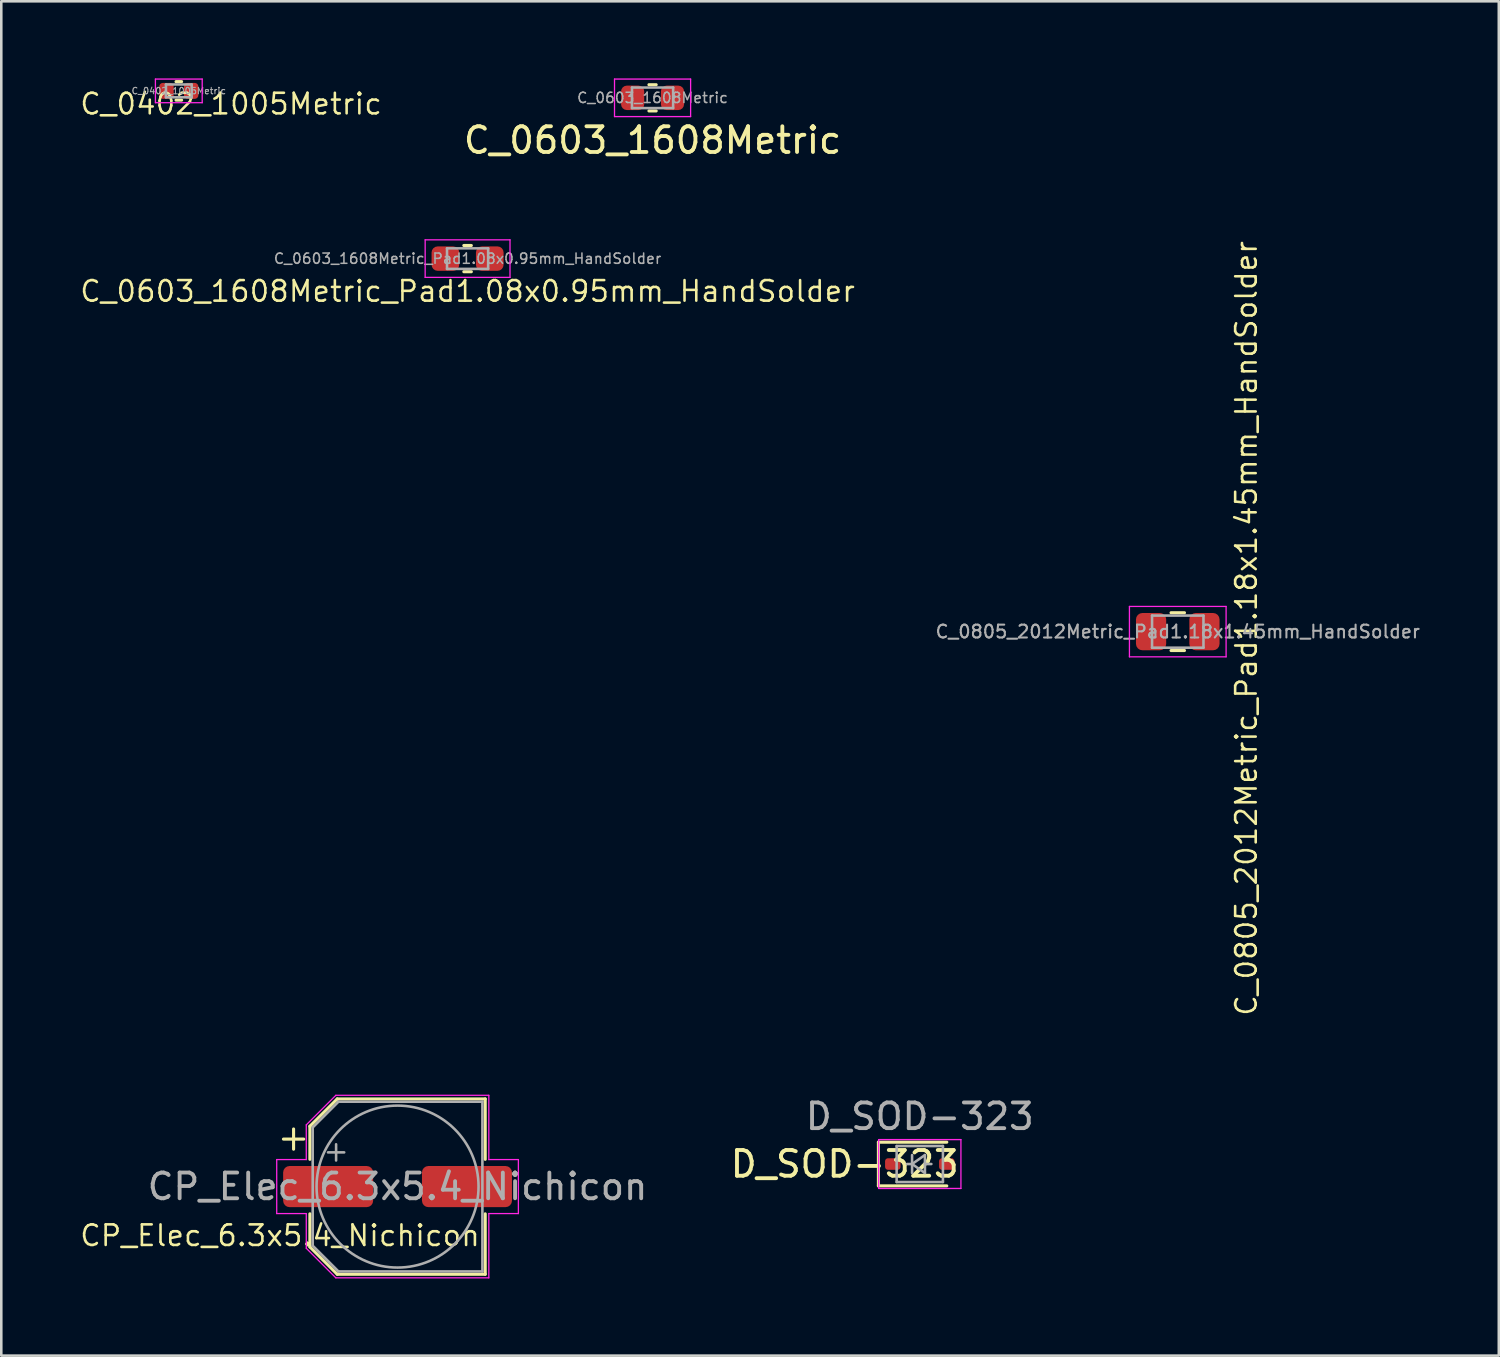
<source format=kicad_pcb>
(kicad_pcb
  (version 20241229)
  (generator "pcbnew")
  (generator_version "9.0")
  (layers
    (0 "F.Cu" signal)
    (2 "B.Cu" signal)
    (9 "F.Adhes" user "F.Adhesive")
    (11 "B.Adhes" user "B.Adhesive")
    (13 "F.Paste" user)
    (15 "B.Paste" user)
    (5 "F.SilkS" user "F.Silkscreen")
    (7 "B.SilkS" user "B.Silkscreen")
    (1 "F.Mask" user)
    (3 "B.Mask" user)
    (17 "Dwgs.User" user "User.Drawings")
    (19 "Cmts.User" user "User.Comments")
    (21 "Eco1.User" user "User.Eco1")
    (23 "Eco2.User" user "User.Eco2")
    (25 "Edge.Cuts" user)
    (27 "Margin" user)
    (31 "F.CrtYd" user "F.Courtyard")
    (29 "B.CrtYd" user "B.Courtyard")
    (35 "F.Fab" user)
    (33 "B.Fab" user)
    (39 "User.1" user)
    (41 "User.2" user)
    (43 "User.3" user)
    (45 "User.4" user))
  (footprint "C_0805_2012Metric_Pad1.18x1.45mm_HandSolder"
    (layer "F.Cu")
    (at 42.76 21.518)
    (property "Reference" "C_0805_2012Metric_Pad1.18x1.45mm_HandSolder" (at 2.667 -0.127 90) (layer "F.SilkS") (effects (font (size 0.8 0.8) (thickness 0.1))))
    (attr smd)
    (fp_line (start -0.261 -0.735) (end 0.261 -0.735) (stroke (width 0.12) (type solid)) (layer "F.SilkS"))
    (fp_line (start -0.261 0.735) (end 0.261 0.735) (stroke (width 0.12) (type solid)) (layer "F.SilkS"))
    (fp_line (start -1.88 -0.98) (end 1.88 -0.98) (stroke (width 0.05) (type solid)) (layer "F.CrtYd"))
    (fp_line (start -1.88 0.98) (end -1.88 -0.98) (stroke (width 0.05) (type solid)) (layer "F.CrtYd"))
    (fp_line (start 1.88 -0.98) (end 1.88 0.98) (stroke (width 0.05) (type solid)) (layer "F.CrtYd"))
    (fp_line (start 1.88 0.98) (end -1.88 0.98) (stroke (width 0.05) (type solid)) (layer "F.CrtYd"))
    (fp_line (start -1 -0.625) (end 1 -0.625) (stroke (width 0.1) (type solid)) (layer "F.Fab"))
    (fp_line (start -1 0.625) (end -1 -0.625) (stroke (width 0.1) (type solid)) (layer "F.Fab"))
    (fp_line (start 1 -0.625) (end 1 0.625) (stroke (width 0.1) (type solid)) (layer "F.Fab"))
    (fp_line (start 1 0.625) (end -1 0.625) (stroke (width 0.1) (type solid)) (layer "F.Fab"))
    (fp_text user "${REFERENCE}" (at 0 0 0) (layer "F.Fab") (effects (font (size 0.5 0.5) (thickness 0.08))))
    (pad "1" smd roundrect (at -1.038 0) (size 1.175 1.45) (layers "F.Cu" "F.Mask" "F.Paste") (roundrect_rratio 0.213))
    (pad "2" smd roundrect (at 1.038 0) (size 1.175 1.45) (layers "F.Cu" "F.Mask" "F.Paste") (roundrect_rratio 0.213)))
  (footprint "CP_Elec_6.3x5.4_Nichicon"
    (layer "F.Cu")
    (at 12.413 43.103)
    (property "Reference" "CP_Elec_6.3x5.4_Nichicon" (at -4.572 1.905 180) (layer "F.SilkS") (effects (font (size 0.8 0.8) (thickness 0.1))))
    (attr smd)
    (fp_line (start -4.438 -1.847) (end -3.65 -1.847) (stroke (width 0.12) (type solid)) (layer "F.SilkS"))
    (fp_line (start -4.044 -2.241) (end -4.044 -1.454) (stroke (width 0.12) (type solid)) (layer "F.SilkS"))
    (fp_line (start -3.41 -2.346) (end -3.41 -1.06) (stroke (width 0.12) (type solid)) (layer "F.SilkS"))
    (fp_line (start -3.41 -2.346) (end -2.346 -3.41) (stroke (width 0.12) (type solid)) (layer "F.SilkS"))
    (fp_line (start -3.41 2.346) (end -3.41 1.06) (stroke (width 0.12) (type solid)) (layer "F.SilkS"))
    (fp_line (start -3.41 2.346) (end -2.346 3.41) (stroke (width 0.12) (type solid)) (layer "F.SilkS"))
    (fp_line (start -2.346 -3.41) (end 3.41 -3.41) (stroke (width 0.12) (type solid)) (layer "F.SilkS"))
    (fp_line (start -2.346 3.41) (end 3.41 3.41) (stroke (width 0.12) (type solid)) (layer "F.SilkS"))
    (fp_line (start 3.41 -3.41) (end 3.41 -1.06) (stroke (width 0.12) (type solid)) (layer "F.SilkS"))
    (fp_line (start 3.41 3.41) (end 3.41 1.06) (stroke (width 0.12) (type solid)) (layer "F.SilkS"))
    (fp_line (start -4.7 -1.05) (end -4.7 1.05) (stroke (width 0.05) (type solid)) (layer "F.CrtYd"))
    (fp_line (start -4.7 1.05) (end -3.55 1.05) (stroke (width 0.05) (type solid)) (layer "F.CrtYd"))
    (fp_line (start -3.55 -2.4) (end -3.55 -1.05) (stroke (width 0.05) (type solid)) (layer "F.CrtYd"))
    (fp_line (start -3.55 -2.4) (end -2.4 -3.55) (stroke (width 0.05) (type solid)) (layer "F.CrtYd"))
    (fp_line (start -3.55 -1.05) (end -4.7 -1.05) (stroke (width 0.05) (type solid)) (layer "F.CrtYd"))
    (fp_line (start -3.55 1.05) (end -3.55 2.4) (stroke (width 0.05) (type solid)) (layer "F.CrtYd"))
    (fp_line (start -3.55 2.4) (end -2.4 3.55) (stroke (width 0.05) (type solid)) (layer "F.CrtYd"))
    (fp_line (start -2.4 -3.55) (end 3.55 -3.55) (stroke (width 0.05) (type solid)) (layer "F.CrtYd"))
    (fp_line (start -2.4 3.55) (end 3.55 3.55) (stroke (width 0.05) (type solid)) (layer "F.CrtYd"))
    (fp_line (start 3.55 -3.55) (end 3.55 -1.05) (stroke (width 0.05) (type solid)) (layer "F.CrtYd"))
    (fp_line (start 3.55 -1.05) (end 4.7 -1.05) (stroke (width 0.05) (type solid)) (layer "F.CrtYd"))
    (fp_line (start 3.55 1.05) (end 3.55 3.55) (stroke (width 0.05) (type solid)) (layer "F.CrtYd"))
    (fp_line (start 4.7 -1.05) (end 4.7 1.05) (stroke (width 0.05) (type solid)) (layer "F.CrtYd"))
    (fp_line (start 4.7 1.05) (end 3.55 1.05) (stroke (width 0.05) (type solid)) (layer "F.CrtYd"))
    (fp_line (start -3.3 -2.3) (end -3.3 2.3) (stroke (width 0.1) (type solid)) (layer "F.Fab"))
    (fp_line (start -3.3 -2.3) (end -2.3 -3.3) (stroke (width 0.1) (type solid)) (layer "F.Fab"))
    (fp_line (start -3.3 2.3) (end -2.3 3.3) (stroke (width 0.1) (type solid)) (layer "F.Fab"))
    (fp_line (start -2.705 -1.33) (end -2.075 -1.33) (stroke (width 0.1) (type solid)) (layer "F.Fab"))
    (fp_line (start -2.39 -1.645) (end -2.39 -1.015) (stroke (width 0.1) (type solid)) (layer "F.Fab"))
    (fp_line (start -2.3 -3.3) (end 3.3 -3.3) (stroke (width 0.1) (type solid)) (layer "F.Fab"))
    (fp_line (start -2.3 3.3) (end 3.3 3.3) (stroke (width 0.1) (type solid)) (layer "F.Fab"))
    (fp_line (start 3.3 -3.3) (end 3.3 3.3) (stroke (width 0.1) (type solid)) (layer "F.Fab"))
    (fp_circle (center 0 0) (end 3.15 0) (stroke (width 0.1) (type solid)) (fill no) (layer "F.Fab"))
    (fp_text user "${REFERENCE}" (at 0 0 0) (layer "F.Fab") (effects (font (size 1 1) (thickness 0.15))))
    (pad "1" smd roundrect (at -2.7 0) (size 3.5 1.6) (layers "F.Cu" "F.Mask" "F.Paste") (roundrect_rratio 0.156))
    (pad "2" smd roundrect (at 2.7 0) (size 3.5 1.6) (layers "F.Cu" "F.Mask" "F.Paste") (roundrect_rratio 0.156)))
  (footprint "D_SOD-323"
    (layer "F.Cu")
    (at 32.726 42.226)
    (property "Reference" "D_SOD-323" (at -2.92 0 0) (layer "F.SilkS") (effects (font (size 1 1) (thickness 0.15))))
    (attr smd)
    (fp_line (start -1.61 -0.85) (end -1.61 0.85) (stroke (width 0.12) (type solid)) (layer "F.SilkS"))
    (fp_line (start -1.61 -0.85) (end 1.05 -0.85) (stroke (width 0.12) (type solid)) (layer "F.SilkS"))
    (fp_line (start -1.61 0.85) (end 1.05 0.85) (stroke (width 0.12) (type solid)) (layer "F.SilkS"))
    (fp_line (start -1.6 -0.95) (end -1.6 0.95) (stroke (width 0.05) (type solid)) (layer "F.CrtYd"))
    (fp_line (start -1.6 -0.95) (end 1.6 -0.95) (stroke (width 0.05) (type solid)) (layer "F.CrtYd"))
    (fp_line (start -1.6 0.95) (end 1.6 0.95) (stroke (width 0.05) (type solid)) (layer "F.CrtYd"))
    (fp_line (start 1.6 -0.95) (end 1.6 0.95) (stroke (width 0.05) (type solid)) (layer "F.CrtYd"))
    (fp_line (start -0.9 -0.7) (end 0.9 -0.7) (stroke (width 0.1) (type solid)) (layer "F.Fab"))
    (fp_line (start -0.9 0.7) (end -0.9 -0.7) (stroke (width 0.1) (type solid)) (layer "F.Fab"))
    (fp_line (start -0.3 -0.35) (end -0.3 0.35) (stroke (width 0.1) (type solid)) (layer "F.Fab"))
    (fp_line (start -0.3 0) (end -0.5 0) (stroke (width 0.1) (type solid)) (layer "F.Fab"))
    (fp_line (start -0.3 0) (end 0.2 -0.35) (stroke (width 0.1) (type solid)) (layer "F.Fab"))
    (fp_line (start 0.2 -0.35) (end 0.2 0.35) (stroke (width 0.1) (type solid)) (layer "F.Fab"))
    (fp_line (start 0.2 0) (end 0.45 0) (stroke (width 0.1) (type solid)) (layer "F.Fab"))
    (fp_line (start 0.2 0.35) (end -0.3 0) (stroke (width 0.1) (type solid)) (layer "F.Fab"))
    (fp_line (start 0.9 -0.7) (end 0.9 0.7) (stroke (width 0.1) (type solid)) (layer "F.Fab"))
    (fp_line (start 0.9 0.7) (end -0.9 0.7) (stroke (width 0.1) (type solid)) (layer "F.Fab"))
    (fp_text user "${REFERENCE}" (at 0 -1.85 0) (layer "F.Fab") (effects (font (size 1 1) (thickness 0.15))))
    (pad "1" smd roundrect (at -1.05 0) (size 0.6 0.45) (layers "F.Cu" "F.Mask" "F.Paste") (roundrect_rratio 0.25))
    (pad "2" smd roundrect (at 1.05 0) (size 0.6 0.45) (layers "F.Cu" "F.Mask" "F.Paste") (roundrect_rratio 0.25)))
  (footprint "C_0402_1005Metric"
    (layer "F.Cu")
    (at 3.905 0.485)
    (property "Reference" "C_0402_1005Metric" (at 2.032 0.508 0) (layer "F.SilkS") (effects (font (size 0.8 0.8) (thickness 0.1))))
    (attr smd)
    (fp_line (start -0.108 -0.36) (end 0.108 -0.36) (stroke (width 0.12) (type solid)) (layer "F.SilkS"))
    (fp_line (start -0.108 0.36) (end 0.108 0.36) (stroke (width 0.12) (type solid)) (layer "F.SilkS"))
    (fp_line (start -0.91 -0.46) (end 0.91 -0.46) (stroke (width 0.05) (type solid)) (layer "F.CrtYd"))
    (fp_line (start -0.91 0.46) (end -0.91 -0.46) (stroke (width 0.05) (type solid)) (layer "F.CrtYd"))
    (fp_line (start 0.91 -0.46) (end 0.91 0.46) (stroke (width 0.05) (type solid)) (layer "F.CrtYd"))
    (fp_line (start 0.91 0.46) (end -0.91 0.46) (stroke (width 0.05) (type solid)) (layer "F.CrtYd"))
    (fp_line (start -0.5 -0.25) (end 0.5 -0.25) (stroke (width 0.1) (type solid)) (layer "F.Fab"))
    (fp_line (start -0.5 0.25) (end -0.5 -0.25) (stroke (width 0.1) (type solid)) (layer "F.Fab"))
    (fp_line (start 0.5 -0.25) (end 0.5 0.25) (stroke (width 0.1) (type solid)) (layer "F.Fab"))
    (fp_line (start 0.5 0.25) (end -0.5 0.25) (stroke (width 0.1) (type solid)) (layer "F.Fab"))
    (fp_text user "${REFERENCE}" (at 0 0 0) (layer "F.Fab") (effects (font (size 0.25 0.25) (thickness 0.04))))
    (pad "1" smd roundrect (at -0.48 0) (size 0.56 0.62) (layers "F.Cu" "F.Mask" "F.Paste") (roundrect_rratio 0.25))
    (pad "2" smd roundrect (at 0.48 0) (size 0.56 0.62) (layers "F.Cu" "F.Mask" "F.Paste") (roundrect_rratio 0.25)))
  (footprint "C_0603_1608Metric"
    (layer "F.Cu")
    (at 22.332 0.755)
    (property "Reference" "C_0603_1608Metric" (at 0 1.651 0) (layer "F.SilkS") (effects (font (size 1 1) (thickness 0.15))))
    (attr smd)
    (fp_line (start -0.141 -0.51) (end 0.141 -0.51) (stroke (width 0.12) (type solid)) (layer "F.SilkS"))
    (fp_line (start -0.141 0.51) (end 0.141 0.51) (stroke (width 0.12) (type solid)) (layer "F.SilkS"))
    (fp_line (start -1.48 -0.73) (end 1.48 -0.73) (stroke (width 0.05) (type solid)) (layer "F.CrtYd"))
    (fp_line (start -1.48 0.73) (end -1.48 -0.73) (stroke (width 0.05) (type solid)) (layer "F.CrtYd"))
    (fp_line (start 1.48 -0.73) (end 1.48 0.73) (stroke (width 0.05) (type solid)) (layer "F.CrtYd"))
    (fp_line (start 1.48 0.73) (end -1.48 0.73) (stroke (width 0.05) (type solid)) (layer "F.CrtYd"))
    (fp_line (start -0.8 -0.4) (end 0.8 -0.4) (stroke (width 0.1) (type solid)) (layer "F.Fab"))
    (fp_line (start -0.8 0.4) (end -0.8 -0.4) (stroke (width 0.1) (type solid)) (layer "F.Fab"))
    (fp_line (start 0.8 -0.4) (end 0.8 0.4) (stroke (width 0.1) (type solid)) (layer "F.Fab"))
    (fp_line (start 0.8 0.4) (end -0.8 0.4) (stroke (width 0.1) (type solid)) (layer "F.Fab"))
    (fp_text user "${REFERENCE}" (at 0 0 0) (layer "F.Fab") (effects (font (size 0.4 0.4) (thickness 0.06))))
    (pad "1" smd roundrect (at -0.775 0) (size 0.9 0.95) (layers "F.Cu" "F.Mask" "F.Paste") (roundrect_rratio 0.25))
    (pad "2" smd roundrect (at 0.775 0) (size 0.9 0.95) (layers "F.Cu" "F.Mask" "F.Paste") (roundrect_rratio 0.25)))
  (footprint "C_0603_1608Metric_Pad1.08x0.95mm_HandSolder"
    (layer "F.Cu")
    (at 15.137 7.009)
    (property "Reference" "C_0603_1608Metric_Pad1.08x0.95mm_HandSolder" (at 0 1.27 0) (layer "F.SilkS") (effects (font (size 0.8 0.8) (thickness 0.1))))
    (attr smd)
    (fp_line (start -0.146 -0.51) (end 0.146 -0.51) (stroke (width 0.12) (type solid)) (layer "F.SilkS"))
    (fp_line (start -0.146 0.51) (end 0.146 0.51) (stroke (width 0.12) (type solid)) (layer "F.SilkS"))
    (fp_line (start -1.65 -0.73) (end 1.65 -0.73) (stroke (width 0.05) (type solid)) (layer "F.CrtYd"))
    (fp_line (start -1.65 0.73) (end -1.65 -0.73) (stroke (width 0.05) (type solid)) (layer "F.CrtYd"))
    (fp_line (start 1.65 -0.73) (end 1.65 0.73) (stroke (width 0.05) (type solid)) (layer "F.CrtYd"))
    (fp_line (start 1.65 0.73) (end -1.65 0.73) (stroke (width 0.05) (type solid)) (layer "F.CrtYd"))
    (fp_line (start -0.8 -0.4) (end 0.8 -0.4) (stroke (width 0.1) (type solid)) (layer "F.Fab"))
    (fp_line (start -0.8 0.4) (end -0.8 -0.4) (stroke (width 0.1) (type solid)) (layer "F.Fab"))
    (fp_line (start 0.8 -0.4) (end 0.8 0.4) (stroke (width 0.1) (type solid)) (layer "F.Fab"))
    (fp_line (start 0.8 0.4) (end -0.8 0.4) (stroke (width 0.1) (type solid)) (layer "F.Fab"))
    (fp_text user "${REFERENCE}" (at 0 0 180) (layer "F.Fab") (effects (font (size 0.4 0.4) (thickness 0.06))))
    (pad "1" smd roundrect (at -0.863 0) (size 1.075 0.95) (layers "F.Cu" "F.Mask" "F.Paste") (roundrect_rratio 0.25))
    (pad "2" smd roundrect (at 0.863 0) (size 1.075 0.95) (layers "F.Cu" "F.Mask" "F.Paste") (roundrect_rratio 0.25)))
  (gr_rect
    (start -3 -3)
    (end 55.247 49.678)
    (stroke (width 0.1) (type default))
    (fill no)
    (layer "Edge.Cuts")))
</source>
